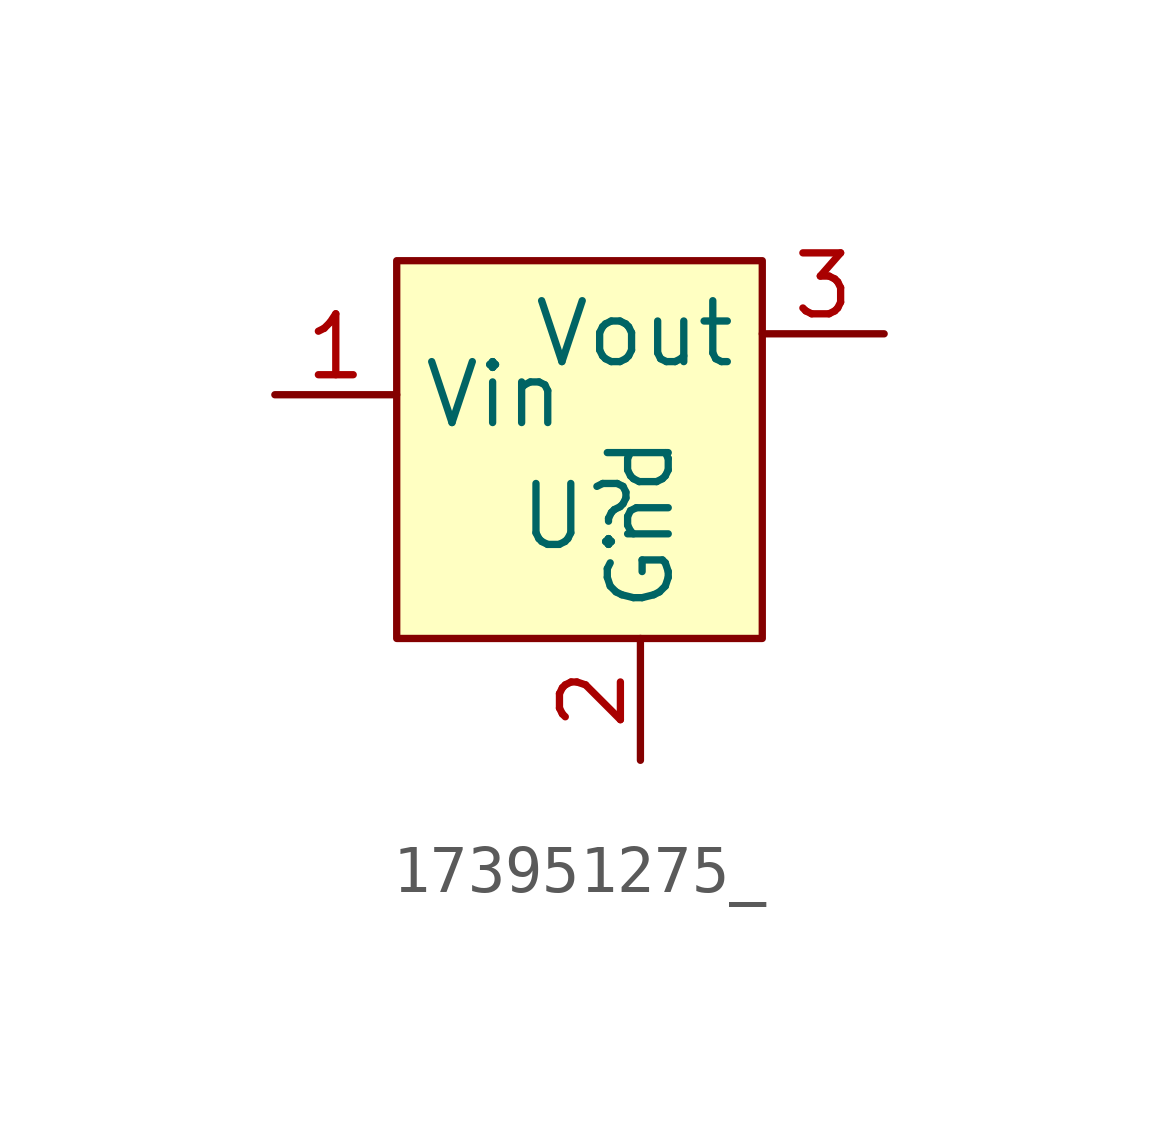
<source format=kicad_sym>
(kicad_symbol_lib
  (version 20241209)
  (generator "kicad_symbol_editor")
  (generator_version "9.0")
  (symbol "173951275_"
    (property "Reference" "U"
      (at 0 -2.54 0)
      (effects (font (size 1.27 1.27))))
    (property "Value" ""
      (at 0 0 0)
      (effects (font (size 1.27 1.27))))
    (symbol "173951275__1_1"
      (rectangle (start -3.81 2.794) (end 3.81 -5.08) (stroke (width 0) (type solid)) (fill (type background)))
      (pin power_in line (at -6.35 0 0) (length 2.54) (name "Vin" (effects (font (size 1.27 1.27)))) (number "1" (effects (font (size 1.27 1.27)))))
      (pin power_in line (at 1.27 -7.62 90) (length 2.54) (name "Gnd" (effects (font (size 1.27 1.27)))) (number "2" (effects (font (size 1.27 1.27)))))
      (pin power_out line (at 6.35 1.27 180) (length 2.54) (name "Vout" (effects (font (size 1.27 1.27)))) (number "3" (effects (font (size 1.27 1.27))))))))
</source>
